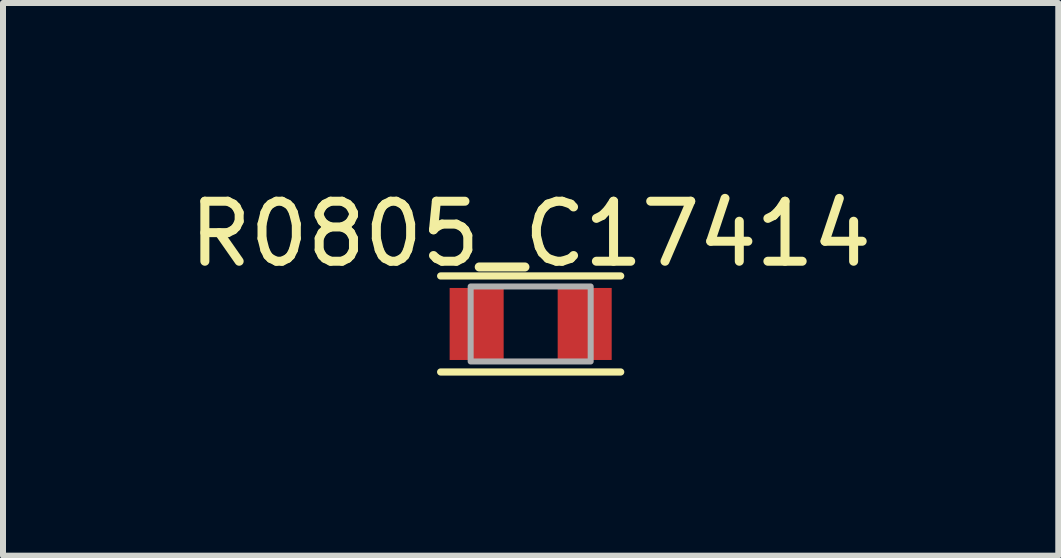
<source format=kicad_pcb>
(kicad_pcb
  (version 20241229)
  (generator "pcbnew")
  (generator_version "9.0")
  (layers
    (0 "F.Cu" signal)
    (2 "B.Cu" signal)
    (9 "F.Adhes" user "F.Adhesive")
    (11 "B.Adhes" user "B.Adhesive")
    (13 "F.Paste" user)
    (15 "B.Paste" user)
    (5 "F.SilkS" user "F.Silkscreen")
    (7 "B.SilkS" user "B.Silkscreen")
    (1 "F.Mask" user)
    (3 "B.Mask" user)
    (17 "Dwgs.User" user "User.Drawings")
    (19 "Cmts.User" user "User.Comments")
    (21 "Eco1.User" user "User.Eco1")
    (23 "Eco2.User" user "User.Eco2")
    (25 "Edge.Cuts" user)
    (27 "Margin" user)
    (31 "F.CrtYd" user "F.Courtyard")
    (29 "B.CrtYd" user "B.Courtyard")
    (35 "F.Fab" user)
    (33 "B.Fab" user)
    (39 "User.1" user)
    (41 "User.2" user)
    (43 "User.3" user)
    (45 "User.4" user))
  (footprint "R0805_C17414"
    (layer "F.Cu")
    (at 5.792 2.348)
    (property "Reference" "R0805_C17414" (at 0 -1.5 0) (layer "F.SilkS") (effects (font (size 1 1) (thickness 0.15))))
    (attr smd)
    (fp_line (start -1.5 -0.8) (end 1.5 -0.8) (stroke (width 0.12) (type solid)) (layer "F.SilkS"))
    (fp_line (start -1.5 0.8) (end 1.5 0.8) (stroke (width 0.12) (type solid)) (layer "F.SilkS"))
    (fp_rect (start -1 -0.625) (end 1 0.625) (stroke (width 0.1) (type solid)) (fill no) (layer "F.Fab"))
    (pad "1" smd rect (at -0.9 0) (size 0.9 1.2) (layers "F.Cu" "F.Mask" "F.Paste"))
    (pad "2" smd rect (at 0.9 0) (size 0.9 1.2) (layers "F.Cu" "F.Mask" "F.Paste")))
  (gr_rect
    (start -3 -3)
    (end 14.583 6.208)
    (stroke (width 0.1) (type default))
    (fill no)
    (layer "Edge.Cuts")))
</source>
